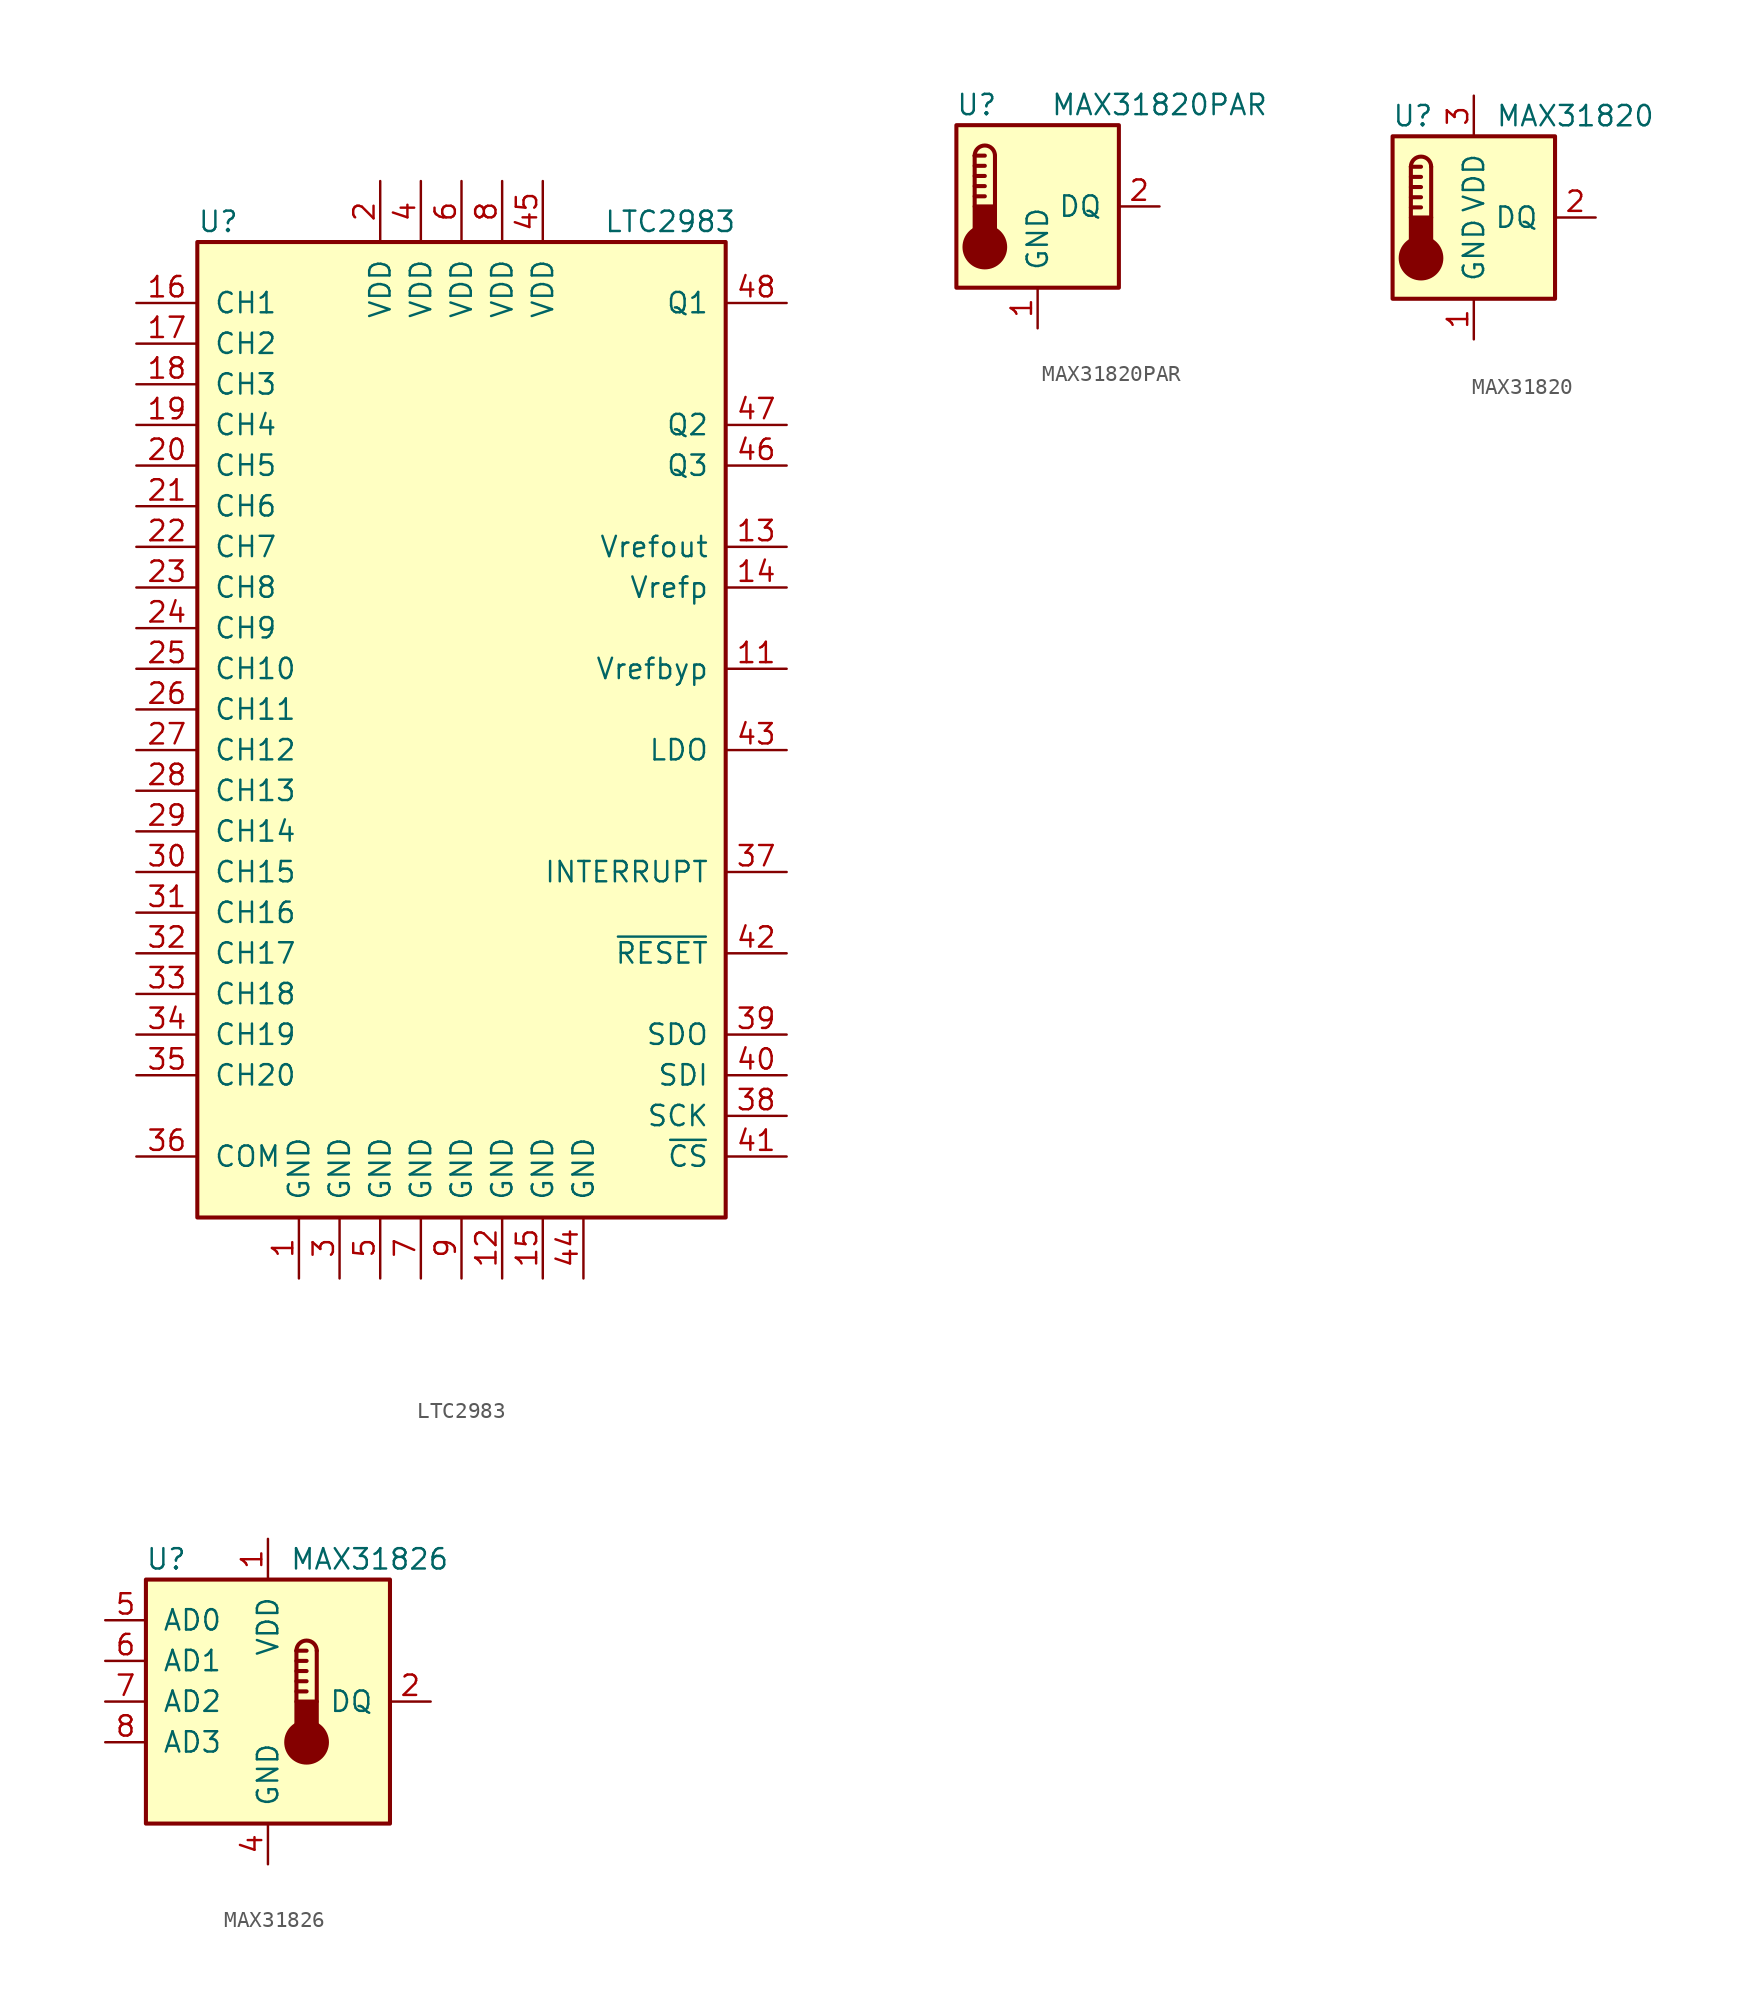
<source format=kicad_sym>
(kicad_symbol_lib
  (version 20201005)
  (generator kicad_symbol_editor)
  (symbol "LTC2983"
    (pin_names
      (offset 1.016))
    (property "Reference" "U"
      (at -16.51 33.02 0)
      (effects (font (size 1.27 1.27)) (justify left)))
    (property "Value" "LTC2983"
      (at 8.89 33.02 0)
      (effects (font (size 1.27 1.27)) (justify left)))
    (symbol "LTC2983_0_1"
      (rectangle (start -16.51 31.75) (end 16.51 -29.21) (stroke (width 0.254)) (fill (type background))))
    (symbol "LTC2983_1_1"
      (pin power_in line (at -10.16 -33.02 90) (length 3.81) (name "GND" (effects (font (size 1.27 1.27)))) (number "1" (effects (font (size 1.27 1.27)))))
      (pin passive line (at 20.32 5.08 180) (length 3.81) (name "Vrefbyp" (effects (font (size 1.27 1.27)))) (number "11" (effects (font (size 1.27 1.27)))))
      (pin power_in line (at 2.54 -33.02 90) (length 3.81) (name "GND" (effects (font (size 1.27 1.27)))) (number "12" (effects (font (size 1.27 1.27)))))
      (pin passive line (at 20.32 12.7 180) (length 3.81) (name "Vrefout" (effects (font (size 1.27 1.27)))) (number "13" (effects (font (size 1.27 1.27)))))
      (pin passive line (at 20.32 10.16 180) (length 3.81) (name "Vrefp" (effects (font (size 1.27 1.27)))) (number "14" (effects (font (size 1.27 1.27)))))
      (pin power_in line (at 5.08 -33.02 90) (length 3.81) (name "GND" (effects (font (size 1.27 1.27)))) (number "15" (effects (font (size 1.27 1.27)))))
      (pin passive line (at -20.32 27.94 0) (length 3.81) (name "CH1" (effects (font (size 1.27 1.27)))) (number "16" (effects (font (size 1.27 1.27)))))
      (pin passive line (at -20.32 25.4 0) (length 3.81) (name "CH2" (effects (font (size 1.27 1.27)))) (number "17" (effects (font (size 1.27 1.27)))))
      (pin passive line (at -20.32 22.86 0) (length 3.81) (name "CH3" (effects (font (size 1.27 1.27)))) (number "18" (effects (font (size 1.27 1.27)))))
      (pin passive line (at -20.32 20.32 0) (length 3.81) (name "CH4" (effects (font (size 1.27 1.27)))) (number "19" (effects (font (size 1.27 1.27)))))
      (pin power_in line (at -5.08 35.56 270) (length 3.81) (name "VDD" (effects (font (size 1.27 1.27)))) (number "2" (effects (font (size 1.27 1.27)))))
      (pin passive line (at -20.32 17.78 0) (length 3.81) (name "CH5" (effects (font (size 1.27 1.27)))) (number "20" (effects (font (size 1.27 1.27)))))
      (pin passive line (at -20.32 15.24 0) (length 3.81) (name "CH6" (effects (font (size 1.27 1.27)))) (number "21" (effects (font (size 1.27 1.27)))))
      (pin passive line (at -20.32 12.7 0) (length 3.81) (name "CH7" (effects (font (size 1.27 1.27)))) (number "22" (effects (font (size 1.27 1.27)))))
      (pin passive line (at -20.32 10.16 0) (length 3.81) (name "CH8" (effects (font (size 1.27 1.27)))) (number "23" (effects (font (size 1.27 1.27)))))
      (pin passive line (at -20.32 7.62 0) (length 3.81) (name "CH9" (effects (font (size 1.27 1.27)))) (number "24" (effects (font (size 1.27 1.27)))))
      (pin passive line (at -20.32 5.08 0) (length 3.81) (name "CH10" (effects (font (size 1.27 1.27)))) (number "25" (effects (font (size 1.27 1.27)))))
      (pin passive line (at -20.32 2.54 0) (length 3.81) (name "CH11" (effects (font (size 1.27 1.27)))) (number "26" (effects (font (size 1.27 1.27)))))
      (pin passive line (at -20.32 0 0) (length 3.81) (name "CH12" (effects (font (size 1.27 1.27)))) (number "27" (effects (font (size 1.27 1.27)))))
      (pin passive line (at -20.32 -2.54 0) (length 3.81) (name "CH13" (effects (font (size 1.27 1.27)))) (number "28" (effects (font (size 1.27 1.27)))))
      (pin passive line (at -20.32 -5.08 0) (length 3.81) (name "CH14" (effects (font (size 1.27 1.27)))) (number "29" (effects (font (size 1.27 1.27)))))
      (pin power_in line (at -7.62 -33.02 90) (length 3.81) (name "GND" (effects (font (size 1.27 1.27)))) (number "3" (effects (font (size 1.27 1.27)))))
      (pin passive line (at -20.32 -7.62 0) (length 3.81) (name "CH15" (effects (font (size 1.27 1.27)))) (number "30" (effects (font (size 1.27 1.27)))))
      (pin passive line (at -20.32 -10.16 0) (length 3.81) (name "CH16" (effects (font (size 1.27 1.27)))) (number "31" (effects (font (size 1.27 1.27)))))
      (pin passive line (at -20.32 -12.7 0) (length 3.81) (name "CH17" (effects (font (size 1.27 1.27)))) (number "32" (effects (font (size 1.27 1.27)))))
      (pin passive line (at -20.32 -15.24 0) (length 3.81) (name "CH18" (effects (font (size 1.27 1.27)))) (number "33" (effects (font (size 1.27 1.27)))))
      (pin passive line (at -20.32 -17.78 0) (length 3.81) (name "CH19" (effects (font (size 1.27 1.27)))) (number "34" (effects (font (size 1.27 1.27)))))
      (pin passive line (at -20.32 -20.32 0) (length 3.81) (name "CH20" (effects (font (size 1.27 1.27)))) (number "35" (effects (font (size 1.27 1.27)))))
      (pin passive line (at -20.32 -25.4 0) (length 3.81) (name "COM" (effects (font (size 1.27 1.27)))) (number "36" (effects (font (size 1.27 1.27)))))
      (pin output line (at 20.32 -7.62 180) (length 3.81) (name "INTERRUPT" (effects (font (size 1.27 1.27)))) (number "37" (effects (font (size 1.27 1.27)))))
      (pin input line (at 20.32 -22.86 180) (length 3.81) (name "SCK" (effects (font (size 1.27 1.27)))) (number "38" (effects (font (size 1.27 1.27)))))
      (pin output line (at 20.32 -17.78 180) (length 3.81) (name "SDO" (effects (font (size 1.27 1.27)))) (number "39" (effects (font (size 1.27 1.27)))))
      (pin power_in line (at -2.54 35.56 270) (length 3.81) (name "VDD" (effects (font (size 1.27 1.27)))) (number "4" (effects (font (size 1.27 1.27)))))
      (pin input line (at 20.32 -20.32 180) (length 3.81) (name "SDI" (effects (font (size 1.27 1.27)))) (number "40" (effects (font (size 1.27 1.27)))))
      (pin input line (at 20.32 -25.4 180) (length 3.81) (name "~CS~" (effects (font (size 1.27 1.27)))) (number "41" (effects (font (size 1.27 1.27)))))
      (pin input line (at 20.32 -12.7 180) (length 3.81) (name "~RESET~" (effects (font (size 1.27 1.27)))) (number "42" (effects (font (size 1.27 1.27)))))
      (pin passive line (at 20.32 0 180) (length 3.81) (name "LDO" (effects (font (size 1.27 1.27)))) (number "43" (effects (font (size 1.27 1.27)))))
      (pin power_out line (at 7.62 -33.02 90) (length 3.81) (name "GND" (effects (font (size 1.27 1.27)))) (number "44" (effects (font (size 1.27 1.27)))))
      (pin power_in line (at 5.08 35.56 270) (length 3.81) (name "VDD" (effects (font (size 1.27 1.27)))) (number "45" (effects (font (size 1.27 1.27)))))
      (pin passive line (at 20.32 17.78 180) (length 3.81) (name "Q3" (effects (font (size 1.27 1.27)))) (number "46" (effects (font (size 1.27 1.27)))))
      (pin passive line (at 20.32 20.32 180) (length 3.81) (name "Q2" (effects (font (size 1.27 1.27)))) (number "47" (effects (font (size 1.27 1.27)))))
      (pin passive line (at 20.32 27.94 180) (length 3.81) (name "Q1" (effects (font (size 1.27 1.27)))) (number "48" (effects (font (size 1.27 1.27)))))
      (pin power_in line (at -5.08 -33.02 90) (length 3.81) (name "GND" (effects (font (size 1.27 1.27)))) (number "5" (effects (font (size 1.27 1.27)))))
      (pin power_in line (at 0 35.56 270) (length 3.81) (name "VDD" (effects (font (size 1.27 1.27)))) (number "6" (effects (font (size 1.27 1.27)))))
      (pin power_in line (at -2.54 -33.02 90) (length 3.81) (name "GND" (effects (font (size 1.27 1.27)))) (number "7" (effects (font (size 1.27 1.27)))))
      (pin power_in line (at 2.54 35.56 270) (length 3.81) (name "VDD" (effects (font (size 1.27 1.27)))) (number "8" (effects (font (size 1.27 1.27)))))
      (pin power_in line (at 0 -33.02 90) (length 3.81) (name "GND" (effects (font (size 1.27 1.27)))) (number "9" (effects (font (size 1.27 1.27)))))))
  (symbol "MAX31820PAR"
    (pin_names
      (offset 1.016))
    (property "Reference" "U"
      (at -3.81 6.35 0)
      (effects (font (size 1.27 1.27))))
    (property "Value" "MAX31820PAR"
      (at 7.62 6.35 0)
      (effects (font (size 1.27 1.27))))
    (symbol "MAX31820PAR_0_1"
      (arc (start -2.667 3.175) (end -3.937 3.175) (radius (at -3.302 3.175) (length 0.635) (angles 0.1 179.9)) (stroke (width 0.254)) (fill (type none)))
      (circle (center -3.302 -2.54) (radius 1.27) (stroke (width 0.254)) (fill (type outline)))
      (rectangle (start -5.08 5.08) (end 5.08 -5.08) (stroke (width 0.254)) (fill (type background)))
      (rectangle (start -2.667 -1.905) (end -3.937 0) (stroke (width 0.254)) (fill (type outline)))
      (polyline (pts (xy -3.937 0.635) (xy -3.302 0.635)) (stroke (width 0.254)) (fill (type none)))
      (polyline (pts (xy -3.937 1.27) (xy -3.302 1.27)) (stroke (width 0.254)) (fill (type none)))
      (polyline (pts (xy -3.937 1.905) (xy -3.302 1.905)) (stroke (width 0.254)) (fill (type none)))
      (polyline (pts (xy -3.937 2.54) (xy -3.302 2.54)) (stroke (width 0.254)) (fill (type none)))
      (polyline (pts (xy -3.937 3.175) (xy -3.937 0)) (stroke (width 0.254)) (fill (type none)))
      (polyline (pts (xy -3.937 3.175) (xy -3.302 3.175)) (stroke (width 0.254)) (fill (type none)))
      (polyline (pts (xy -2.667 3.175) (xy -2.667 0)) (stroke (width 0.254)) (fill (type none))))
    (symbol "MAX31820PAR_1_1"
      (pin power_in line (at 0 -7.62 90) (length 2.54) (name "GND" (effects (font (size 1.27 1.27)))) (number "1" (effects (font (size 1.27 1.27)))))
      (pin bidirectional line (at 7.62 0 180) (length 2.54) (name "DQ" (effects (font (size 1.27 1.27)))) (number "2" (effects (font (size 1.27 1.27)))))
      (pin no_connect line (at 7.62 2.54 180) (length 2.54) hide (name "NC" (effects (font (size 1.27 1.27)))) (number "3" (effects (font (size 1.27 1.27)))))))
  (symbol "MAX31820"
    (pin_names
      (offset 1.016))
    (property "Reference" "U"
      (at -3.81 6.35 0)
      (effects (font (size 1.27 1.27))))
    (property "Value" "MAX31820"
      (at 6.35 6.35 0)
      (effects (font (size 1.27 1.27))))
    (symbol "MAX31820_0_1"
      (arc (start -2.667 3.175) (end -3.937 3.175) (radius (at -3.302 3.175) (length 0.635) (angles 0.1 179.9)) (stroke (width 0.254)) (fill (type none)))
      (circle (center -3.302 -2.54) (radius 1.27) (stroke (width 0.254)) (fill (type outline)))
      (rectangle (start -5.08 5.08) (end 5.08 -5.08) (stroke (width 0.254)) (fill (type background)))
      (rectangle (start -2.667 -1.905) (end -3.937 0) (stroke (width 0.254)) (fill (type outline)))
      (polyline (pts (xy -3.937 0.635) (xy -3.302 0.635)) (stroke (width 0.254)) (fill (type none)))
      (polyline (pts (xy -3.937 1.27) (xy -3.302 1.27)) (stroke (width 0.254)) (fill (type none)))
      (polyline (pts (xy -3.937 1.905) (xy -3.302 1.905)) (stroke (width 0.254)) (fill (type none)))
      (polyline (pts (xy -3.937 2.54) (xy -3.302 2.54)) (stroke (width 0.254)) (fill (type none)))
      (polyline (pts (xy -3.937 3.175) (xy -3.937 0)) (stroke (width 0.254)) (fill (type none)))
      (polyline (pts (xy -3.937 3.175) (xy -3.302 3.175)) (stroke (width 0.254)) (fill (type none)))
      (polyline (pts (xy -2.667 3.175) (xy -2.667 0)) (stroke (width 0.254)) (fill (type none))))
    (symbol "MAX31820_1_1"
      (pin power_in line (at 0 -7.62 90) (length 2.54) (name "GND" (effects (font (size 1.27 1.27)))) (number "1" (effects (font (size 1.27 1.27)))))
      (pin bidirectional line (at 7.62 0 180) (length 2.54) (name "DQ" (effects (font (size 1.27 1.27)))) (number "2" (effects (font (size 1.27 1.27)))))
      (pin power_in line (at 0 7.62 270) (length 2.54) (name "VDD" (effects (font (size 1.27 1.27)))) (number "3" (effects (font (size 1.27 1.27)))))))
  (symbol "MAX31826"
    (pin_names
      (offset 1.016))
    (property "Reference" "U"
      (at -6.35 8.89 0)
      (effects (font (size 1.27 1.27))))
    (property "Value" "MAX31826"
      (at 6.35 8.89 0)
      (effects (font (size 1.27 1.27))))
    (symbol "MAX31826_0_1"
      (arc (start 3.048 3.175) (end 1.778 3.175) (radius (at 2.413 3.175) (length 0.635) (angles 0.1 179.9)) (stroke (width 0.254)) (fill (type none)))
      (circle (center 2.413 -2.54) (radius 1.27) (stroke (width 0.254)) (fill (type outline)))
      (rectangle (start -7.62 7.62) (end 7.62 -7.62) (stroke (width 0.254)) (fill (type background)))
      (rectangle (start 3.048 -1.905) (end 1.778 0) (stroke (width 0.254)) (fill (type outline)))
      (polyline (pts (xy 1.778 0.635) (xy 2.413 0.635)) (stroke (width 0.254)) (fill (type none)))
      (polyline (pts (xy 1.778 1.27) (xy 2.413 1.27)) (stroke (width 0.254)) (fill (type none)))
      (polyline (pts (xy 1.778 1.905) (xy 2.413 1.905)) (stroke (width 0.254)) (fill (type none)))
      (polyline (pts (xy 1.778 2.54) (xy 2.413 2.54)) (stroke (width 0.254)) (fill (type none)))
      (polyline (pts (xy 1.778 3.175) (xy 1.778 0)) (stroke (width 0.254)) (fill (type none)))
      (polyline (pts (xy 1.778 3.175) (xy 2.413 3.175)) (stroke (width 0.254)) (fill (type none)))
      (polyline (pts (xy 3.048 3.175) (xy 3.048 0)) (stroke (width 0.254)) (fill (type none))))
    (symbol "MAX31826_1_1"
      (pin power_in line (at 0 10.16 270) (length 2.54) (name "VDD" (effects (font (size 1.27 1.27)))) (number "1" (effects (font (size 1.27 1.27)))))
      (pin bidirectional line (at 10.16 0 180) (length 2.54) (name "DQ" (effects (font (size 1.27 1.27)))) (number "2" (effects (font (size 1.27 1.27)))))
      (pin no_connect line (at -10.16 -5.08 0) (length 2.54) hide (name "NC" (effects (font (size 1.27 1.27)))) (number "3" (effects (font (size 1.27 1.27)))))
      (pin power_in line (at 0 -10.16 90) (length 2.54) (name "GND" (effects (font (size 1.27 1.27)))) (number "4" (effects (font (size 1.27 1.27)))))
      (pin input line (at -10.16 5.08 0) (length 2.54) (name "AD0" (effects (font (size 1.27 1.27)))) (number "5" (effects (font (size 1.27 1.27)))))
      (pin input line (at -10.16 2.54 0) (length 2.54) (name "AD1" (effects (font (size 1.27 1.27)))) (number "6" (effects (font (size 1.27 1.27)))))
      (pin input line (at -10.16 0 0) (length 2.54) (name "AD2" (effects (font (size 1.27 1.27)))) (number "7" (effects (font (size 1.27 1.27)))))
      (pin input line (at -10.16 -2.54 0) (length 2.54) (name "AD3" (effects (font (size 1.27 1.27)))) (number "8" (effects (font (size 1.27 1.27))))))))
</source>
